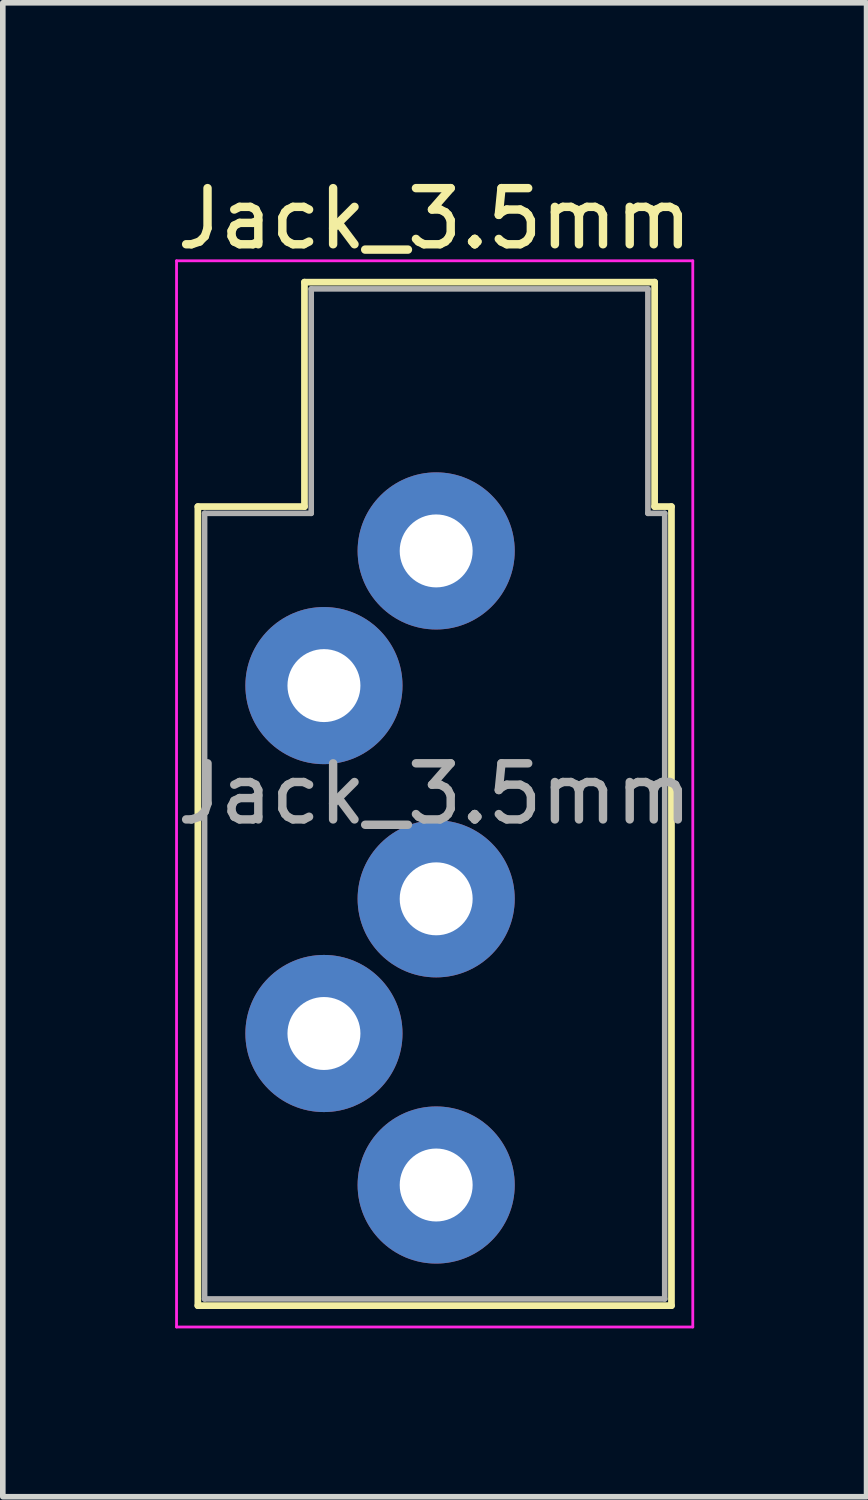
<source format=kicad_pcb>
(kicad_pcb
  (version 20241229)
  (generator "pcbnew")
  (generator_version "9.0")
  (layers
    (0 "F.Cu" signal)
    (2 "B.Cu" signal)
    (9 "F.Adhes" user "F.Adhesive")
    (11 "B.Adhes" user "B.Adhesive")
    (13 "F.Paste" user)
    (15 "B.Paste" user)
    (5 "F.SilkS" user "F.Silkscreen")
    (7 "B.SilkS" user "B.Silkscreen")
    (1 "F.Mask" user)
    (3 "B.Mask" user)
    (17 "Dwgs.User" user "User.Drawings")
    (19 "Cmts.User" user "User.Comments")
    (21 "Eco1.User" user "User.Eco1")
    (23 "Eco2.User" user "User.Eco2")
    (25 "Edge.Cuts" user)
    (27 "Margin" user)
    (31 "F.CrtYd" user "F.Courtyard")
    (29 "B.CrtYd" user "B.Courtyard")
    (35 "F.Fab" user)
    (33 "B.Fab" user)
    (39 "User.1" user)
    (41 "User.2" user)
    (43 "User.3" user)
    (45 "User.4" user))
  (footprint "Jack_3.5mm"
    (layer "F.Cu")
    (at 4.596 7.298)
    (property "Reference" "Jack_3.5mm" (at 0.1 -6.45 0) (layer "F.SilkS") (effects (font (size 1 1) (thickness 0.15))))
    (attr through_hole)
    (fp_line (start -4.12 -1.32) (end -2.22 -1.32) (stroke (width 0.12) (type solid)) (layer "F.SilkS"))
    (fp_line (start -4.12 12.92) (end -4.12 -1.32) (stroke (width 0.12) (type solid)) (layer "F.SilkS"))
    (fp_line (start -2.22 -5.32) (end 4.02 -5.32) (stroke (width 0.12) (type solid)) (layer "F.SilkS"))
    (fp_line (start -2.22 -1.32) (end -2.22 -5.32) (stroke (width 0.12) (type solid)) (layer "F.SilkS"))
    (fp_line (start 4.02 -5.32) (end 4.02 -1.32) (stroke (width 0.12) (type solid)) (layer "F.SilkS"))
    (fp_line (start 4.02 -1.32) (end 4.32 -1.32) (stroke (width 0.12) (type solid)) (layer "F.SilkS"))
    (fp_line (start 4.32 -1.32) (end 4.32 12.92) (stroke (width 0.12) (type solid)) (layer "F.SilkS"))
    (fp_line (start 4.32 12.92) (end -4.12 12.92) (stroke (width 0.12) (type solid)) (layer "F.SilkS"))
    (fp_line (start -4.5 -5.7) (end -4.5 13.3) (stroke (width 0.05) (type solid)) (layer "F.CrtYd"))
    (fp_line (start -4.5 13.3) (end 4.7 13.3) (stroke (width 0.05) (type solid)) (layer "F.CrtYd"))
    (fp_line (start 4.7 -5.7) (end -4.5 -5.7) (stroke (width 0.05) (type solid)) (layer "F.CrtYd"))
    (fp_line (start 4.7 13.3) (end 4.7 -5.7) (stroke (width 0.05) (type solid)) (layer "F.CrtYd"))
    (fp_line (start -4 -1.2) (end -2.1 -1.2) (stroke (width 0.1) (type solid)) (layer "F.Fab"))
    (fp_line (start -4 12.8) (end -4 -1.2) (stroke (width 0.1) (type solid)) (layer "F.Fab"))
    (fp_line (start -2.1 -5.2) (end 3.9 -5.2) (stroke (width 0.1) (type solid)) (layer "F.Fab"))
    (fp_line (start -2.1 -1.2) (end -2.1 -5.2) (stroke (width 0.1) (type solid)) (layer "F.Fab"))
    (fp_line (start 3.9 -5.2) (end 3.9 -1.2) (stroke (width 0.1) (type solid)) (layer "F.Fab"))
    (fp_line (start 3.9 -1.2) (end 4.2 -1.2) (stroke (width 0.1) (type solid)) (layer "F.Fab"))
    (fp_line (start 4.2 -1.2) (end 4.2 12.8) (stroke (width 0.1) (type solid)) (layer "F.Fab"))
    (fp_line (start 4.2 12.8) (end -4 12.8) (stroke (width 0.1) (type solid)) (layer "F.Fab"))
    (fp_text user "${REFERENCE}" (at 0.1 3.8 0) (layer "F.Fab") (effects (font (size 1 1) (thickness 0.15))))
    (pad "R" thru_hole circle (at 0.127 10.77) (size 2.8 2.8) (drill 1.3) (layers "*.Cu" "*.Mask"))
    (pad "S" thru_hole circle (at -1.873 1.87) (size 2.8 2.8) (drill 1.3) (layers "*.Cu" "*.Mask"))
    (pad "S" thru_hole circle (at 0.127 -0.53) (size 2.8 2.8) (drill 1.3) (layers "*.Cu" "*.Mask"))
    (pad "T" thru_hole circle (at -1.873 8.07) (size 2.8 2.8) (drill 1.3) (layers "*.Cu" "*.Mask"))
    (pad "T" thru_hole circle (at 0.127 5.67) (size 2.8 2.8) (drill 1.3) (layers "*.Cu" "*.Mask")))
  (gr_rect
    (start -3 -3)
    (end 12.393 23.623)
    (stroke (width 0.1) (type default))
    (fill no)
    (layer "Edge.Cuts")))
</source>
